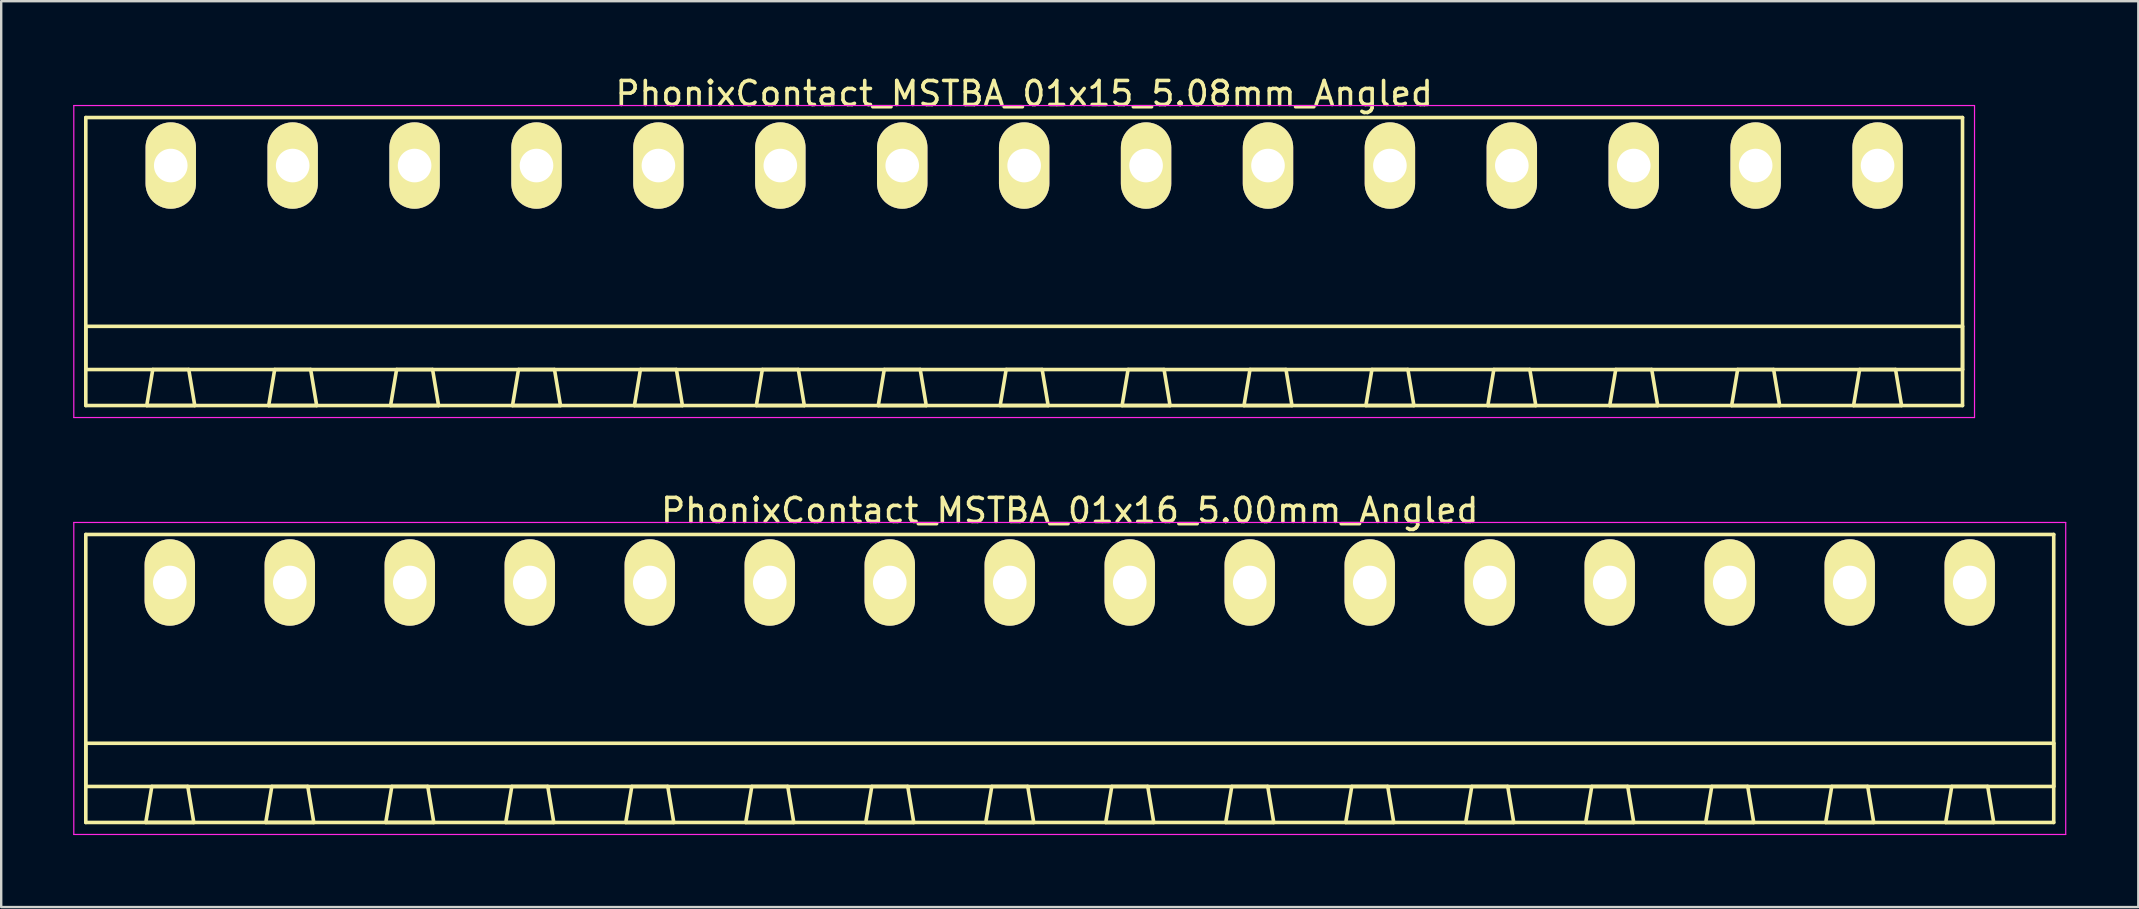
<source format=kicad_pcb>
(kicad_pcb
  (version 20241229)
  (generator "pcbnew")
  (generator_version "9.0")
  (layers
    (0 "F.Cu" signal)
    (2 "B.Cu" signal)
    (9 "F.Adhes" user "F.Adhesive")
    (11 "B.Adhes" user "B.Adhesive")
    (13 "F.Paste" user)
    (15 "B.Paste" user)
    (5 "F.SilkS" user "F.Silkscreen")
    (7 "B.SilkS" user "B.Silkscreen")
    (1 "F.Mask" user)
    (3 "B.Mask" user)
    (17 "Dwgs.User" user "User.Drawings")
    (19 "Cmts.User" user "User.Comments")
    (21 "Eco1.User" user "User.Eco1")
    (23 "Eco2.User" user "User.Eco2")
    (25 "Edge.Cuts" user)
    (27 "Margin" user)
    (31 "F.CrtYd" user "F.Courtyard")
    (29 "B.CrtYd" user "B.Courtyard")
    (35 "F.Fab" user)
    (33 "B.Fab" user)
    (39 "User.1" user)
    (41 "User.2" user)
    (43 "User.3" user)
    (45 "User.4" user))
  (footprint "PhonixContact_MSTBA_01x15_5.08mm_Angled"
    (layer "F.Cu")
    (at 4.065 3.848)
    (property "Reference" "PhonixContact_MSTBA_01x15_5.08mm_Angled" (at 35.56 -3 0) (layer "F.SilkS") (effects (font (size 1 1) (thickness 0.15))))
    (attr through_hole)
    (fp_line (start -3.54 -2) (end -3.54 10) (stroke (width 0.15) (type solid)) (layer "F.SilkS"))
    (fp_line (start -3.54 6.7) (end 74.66 6.7) (stroke (width 0.15) (type solid)) (layer "F.SilkS"))
    (fp_line (start -3.54 8.5) (end -3.54 6.7) (stroke (width 0.15) (type solid)) (layer "F.SilkS"))
    (fp_line (start -3.54 10) (end 74.66 10) (stroke (width 0.15) (type solid)) (layer "F.SilkS"))
    (fp_line (start -1 10) (end 1 10) (stroke (width 0.15) (type solid)) (layer "F.SilkS"))
    (fp_line (start -0.75 8.5) (end -1 10) (stroke (width 0.15) (type solid)) (layer "F.SilkS"))
    (fp_line (start 0.75 8.5) (end -0.75 8.5) (stroke (width 0.15) (type solid)) (layer "F.SilkS"))
    (fp_line (start 1 10) (end 0.75 8.5) (stroke (width 0.15) (type solid)) (layer "F.SilkS"))
    (fp_line (start 4.08 10) (end 6.08 10) (stroke (width 0.15) (type solid)) (layer "F.SilkS"))
    (fp_line (start 4.33 8.5) (end 4.08 10) (stroke (width 0.15) (type solid)) (layer "F.SilkS"))
    (fp_line (start 5.83 8.5) (end 4.33 8.5) (stroke (width 0.15) (type solid)) (layer "F.SilkS"))
    (fp_line (start 6.08 10) (end 5.83 8.5) (stroke (width 0.15) (type solid)) (layer "F.SilkS"))
    (fp_line (start 9.16 10) (end 11.16 10) (stroke (width 0.15) (type solid)) (layer "F.SilkS"))
    (fp_line (start 9.41 8.5) (end 9.16 10) (stroke (width 0.15) (type solid)) (layer "F.SilkS"))
    (fp_line (start 10.91 8.5) (end 9.41 8.5) (stroke (width 0.15) (type solid)) (layer "F.SilkS"))
    (fp_line (start 11.16 10) (end 10.91 8.5) (stroke (width 0.15) (type solid)) (layer "F.SilkS"))
    (fp_line (start 14.24 10) (end 16.24 10) (stroke (width 0.15) (type solid)) (layer "F.SilkS"))
    (fp_line (start 14.49 8.5) (end 14.24 10) (stroke (width 0.15) (type solid)) (layer "F.SilkS"))
    (fp_line (start 15.99 8.5) (end 14.49 8.5) (stroke (width 0.15) (type solid)) (layer "F.SilkS"))
    (fp_line (start 16.24 10) (end 15.99 8.5) (stroke (width 0.15) (type solid)) (layer "F.SilkS"))
    (fp_line (start 19.32 10) (end 21.32 10) (stroke (width 0.15) (type solid)) (layer "F.SilkS"))
    (fp_line (start 19.57 8.5) (end 19.32 10) (stroke (width 0.15) (type solid)) (layer "F.SilkS"))
    (fp_line (start 21.07 8.5) (end 19.57 8.5) (stroke (width 0.15) (type solid)) (layer "F.SilkS"))
    (fp_line (start 21.32 10) (end 21.07 8.5) (stroke (width 0.15) (type solid)) (layer "F.SilkS"))
    (fp_line (start 24.4 10) (end 26.4 10) (stroke (width 0.15) (type solid)) (layer "F.SilkS"))
    (fp_line (start 24.65 8.5) (end 24.4 10) (stroke (width 0.15) (type solid)) (layer "F.SilkS"))
    (fp_line (start 26.15 8.5) (end 24.65 8.5) (stroke (width 0.15) (type solid)) (layer "F.SilkS"))
    (fp_line (start 26.4 10) (end 26.15 8.5) (stroke (width 0.15) (type solid)) (layer "F.SilkS"))
    (fp_line (start 29.48 10) (end 31.48 10) (stroke (width 0.15) (type solid)) (layer "F.SilkS"))
    (fp_line (start 29.73 8.5) (end 29.48 10) (stroke (width 0.15) (type solid)) (layer "F.SilkS"))
    (fp_line (start 31.23 8.5) (end 29.73 8.5) (stroke (width 0.15) (type solid)) (layer "F.SilkS"))
    (fp_line (start 31.48 10) (end 31.23 8.5) (stroke (width 0.15) (type solid)) (layer "F.SilkS"))
    (fp_line (start 34.56 10) (end 36.56 10) (stroke (width 0.15) (type solid)) (layer "F.SilkS"))
    (fp_line (start 34.81 8.5) (end 34.56 10) (stroke (width 0.15) (type solid)) (layer "F.SilkS"))
    (fp_line (start 36.31 8.5) (end 34.81 8.5) (stroke (width 0.15) (type solid)) (layer "F.SilkS"))
    (fp_line (start 36.56 10) (end 36.31 8.5) (stroke (width 0.15) (type solid)) (layer "F.SilkS"))
    (fp_line (start 39.64 10) (end 41.64 10) (stroke (width 0.15) (type solid)) (layer "F.SilkS"))
    (fp_line (start 39.89 8.5) (end 39.64 10) (stroke (width 0.15) (type solid)) (layer "F.SilkS"))
    (fp_line (start 41.39 8.5) (end 39.89 8.5) (stroke (width 0.15) (type solid)) (layer "F.SilkS"))
    (fp_line (start 41.64 10) (end 41.39 8.5) (stroke (width 0.15) (type solid)) (layer "F.SilkS"))
    (fp_line (start 44.72 10) (end 46.72 10) (stroke (width 0.15) (type solid)) (layer "F.SilkS"))
    (fp_line (start 44.97 8.5) (end 44.72 10) (stroke (width 0.15) (type solid)) (layer "F.SilkS"))
    (fp_line (start 46.47 8.5) (end 44.97 8.5) (stroke (width 0.15) (type solid)) (layer "F.SilkS"))
    (fp_line (start 46.72 10) (end 46.47 8.5) (stroke (width 0.15) (type solid)) (layer "F.SilkS"))
    (fp_line (start 49.8 10) (end 51.8 10) (stroke (width 0.15) (type solid)) (layer "F.SilkS"))
    (fp_line (start 50.05 8.5) (end 49.8 10) (stroke (width 0.15) (type solid)) (layer "F.SilkS"))
    (fp_line (start 51.55 8.5) (end 50.05 8.5) (stroke (width 0.15) (type solid)) (layer "F.SilkS"))
    (fp_line (start 51.8 10) (end 51.55 8.5) (stroke (width 0.15) (type solid)) (layer "F.SilkS"))
    (fp_line (start 54.88 10) (end 56.88 10) (stroke (width 0.15) (type solid)) (layer "F.SilkS"))
    (fp_line (start 55.13 8.5) (end 54.88 10) (stroke (width 0.15) (type solid)) (layer "F.SilkS"))
    (fp_line (start 56.63 8.5) (end 55.13 8.5) (stroke (width 0.15) (type solid)) (layer "F.SilkS"))
    (fp_line (start 56.88 10) (end 56.63 8.5) (stroke (width 0.15) (type solid)) (layer "F.SilkS"))
    (fp_line (start 59.96 10) (end 61.96 10) (stroke (width 0.15) (type solid)) (layer "F.SilkS"))
    (fp_line (start 60.21 8.5) (end 59.96 10) (stroke (width 0.15) (type solid)) (layer "F.SilkS"))
    (fp_line (start 61.71 8.5) (end 60.21 8.5) (stroke (width 0.15) (type solid)) (layer "F.SilkS"))
    (fp_line (start 61.96 10) (end 61.71 8.5) (stroke (width 0.15) (type solid)) (layer "F.SilkS"))
    (fp_line (start 65.04 10) (end 67.04 10) (stroke (width 0.15) (type solid)) (layer "F.SilkS"))
    (fp_line (start 65.29 8.5) (end 65.04 10) (stroke (width 0.15) (type solid)) (layer "F.SilkS"))
    (fp_line (start 66.79 8.5) (end 65.29 8.5) (stroke (width 0.15) (type solid)) (layer "F.SilkS"))
    (fp_line (start 67.04 10) (end 66.79 8.5) (stroke (width 0.15) (type solid)) (layer "F.SilkS"))
    (fp_line (start 70.12 10) (end 72.12 10) (stroke (width 0.15) (type solid)) (layer "F.SilkS"))
    (fp_line (start 70.37 8.5) (end 70.12 10) (stroke (width 0.15) (type solid)) (layer "F.SilkS"))
    (fp_line (start 71.87 8.5) (end 70.37 8.5) (stroke (width 0.15) (type solid)) (layer "F.SilkS"))
    (fp_line (start 72.12 10) (end 71.87 8.5) (stroke (width 0.15) (type solid)) (layer "F.SilkS"))
    (fp_line (start 74.66 -2) (end -3.54 -2) (stroke (width 0.15) (type solid)) (layer "F.SilkS"))
    (fp_line (start 74.66 6.7) (end 74.66 8.5) (stroke (width 0.15) (type solid)) (layer "F.SilkS"))
    (fp_line (start 74.66 8.5) (end -3.54 8.5) (stroke (width 0.15) (type solid)) (layer "F.SilkS"))
    (fp_line (start 74.66 10) (end 74.66 -2) (stroke (width 0.15) (type solid)) (layer "F.SilkS"))
    (fp_line (start -4.04 -2.5) (end -4.04 10.5) (stroke (width 0.05) (type solid)) (layer "F.CrtYd"))
    (fp_line (start -4.04 10.5) (end 75.16 10.5) (stroke (width 0.05) (type solid)) (layer "F.CrtYd"))
    (fp_line (start 75.16 -2.5) (end -4.04 -2.5) (stroke (width 0.05) (type solid)) (layer "F.CrtYd"))
    (fp_line (start 75.16 10.5) (end 75.16 -2.5) (stroke (width 0.05) (type solid)) (layer "F.CrtYd"))
    (pad "1" thru_hole oval (at 0 0) (size 2.1 3.6) (drill 1.4) (layers "*.Cu" "*.Mask" "F.SilkS"))
    (pad "2" thru_hole oval (at 5.08 0) (size 2.1 3.6) (drill 1.4) (layers "*.Cu" "*.Mask" "F.SilkS"))
    (pad "3" thru_hole oval (at 10.16 0) (size 2.1 3.6) (drill 1.4) (layers "*.Cu" "*.Mask" "F.SilkS"))
    (pad "4" thru_hole oval (at 15.24 0) (size 2.1 3.6) (drill 1.4) (layers "*.Cu" "*.Mask" "F.SilkS"))
    (pad "5" thru_hole oval (at 20.32 0) (size 2.1 3.6) (drill 1.4) (layers "*.Cu" "*.Mask" "F.SilkS"))
    (pad "6" thru_hole oval (at 25.4 0) (size 2.1 3.6) (drill 1.4) (layers "*.Cu" "*.Mask" "F.SilkS"))
    (pad "7" thru_hole oval (at 30.48 0) (size 2.1 3.6) (drill 1.4) (layers "*.Cu" "*.Mask" "F.SilkS"))
    (pad "8" thru_hole oval (at 35.56 0) (size 2.1 3.6) (drill 1.4) (layers "*.Cu" "*.Mask" "F.SilkS"))
    (pad "9" thru_hole oval (at 40.64 0) (size 2.1 3.6) (drill 1.4) (layers "*.Cu" "*.Mask" "F.SilkS"))
    (pad "10" thru_hole oval (at 45.72 0) (size 2.1 3.6) (drill 1.4) (layers "*.Cu" "*.Mask" "F.SilkS"))
    (pad "11" thru_hole oval (at 50.8 0) (size 2.1 3.6) (drill 1.4) (layers "*.Cu" "*.Mask" "F.SilkS"))
    (pad "12" thru_hole oval (at 55.88 0) (size 2.1 3.6) (drill 1.4) (layers "*.Cu" "*.Mask" "F.SilkS"))
    (pad "13" thru_hole oval (at 60.96 0) (size 2.1 3.6) (drill 1.4) (layers "*.Cu" "*.Mask" "F.SilkS"))
    (pad "14" thru_hole oval (at 66.04 0) (size 2.1 3.6) (drill 1.4) (layers "*.Cu" "*.Mask" "F.SilkS"))
    (pad "15" thru_hole oval (at 71.12 0) (size 2.1 3.6) (drill 1.4) (layers "*.Cu" "*.Mask" "F.SilkS")))
  (footprint "PhonixContact_MSTBA_01x16_5.00mm_Angled"
    (layer "F.Cu")
    (at 4.025 21.221)
    (property "Reference" "PhonixContact_MSTBA_01x16_5.00mm_Angled" (at 37.5 -3 0) (layer "F.SilkS") (effects (font (size 1 1) (thickness 0.15))))
    (attr through_hole)
    (fp_line (start -3.5 -2) (end -3.5 10) (stroke (width 0.15) (type solid)) (layer "F.SilkS"))
    (fp_line (start -3.5 6.7) (end 78.5 6.7) (stroke (width 0.15) (type solid)) (layer "F.SilkS"))
    (fp_line (start -3.5 8.5) (end -3.5 6.7) (stroke (width 0.15) (type solid)) (layer "F.SilkS"))
    (fp_line (start -3.5 10) (end 78.5 10) (stroke (width 0.15) (type solid)) (layer "F.SilkS"))
    (fp_line (start -1 10) (end 1 10) (stroke (width 0.15) (type solid)) (layer "F.SilkS"))
    (fp_line (start -0.75 8.5) (end -1 10) (stroke (width 0.15) (type solid)) (layer "F.SilkS"))
    (fp_line (start 0.75 8.5) (end -0.75 8.5) (stroke (width 0.15) (type solid)) (layer "F.SilkS"))
    (fp_line (start 1 10) (end 0.75 8.5) (stroke (width 0.15) (type solid)) (layer "F.SilkS"))
    (fp_line (start 4 10) (end 6 10) (stroke (width 0.15) (type solid)) (layer "F.SilkS"))
    (fp_line (start 4.25 8.5) (end 4 10) (stroke (width 0.15) (type solid)) (layer "F.SilkS"))
    (fp_line (start 5.75 8.5) (end 4.25 8.5) (stroke (width 0.15) (type solid)) (layer "F.SilkS"))
    (fp_line (start 6 10) (end 5.75 8.5) (stroke (width 0.15) (type solid)) (layer "F.SilkS"))
    (fp_line (start 9 10) (end 11 10) (stroke (width 0.15) (type solid)) (layer "F.SilkS"))
    (fp_line (start 9.25 8.5) (end 9 10) (stroke (width 0.15) (type solid)) (layer "F.SilkS"))
    (fp_line (start 10.75 8.5) (end 9.25 8.5) (stroke (width 0.15) (type solid)) (layer "F.SilkS"))
    (fp_line (start 11 10) (end 10.75 8.5) (stroke (width 0.15) (type solid)) (layer "F.SilkS"))
    (fp_line (start 14 10) (end 16 10) (stroke (width 0.15) (type solid)) (layer "F.SilkS"))
    (fp_line (start 14.25 8.5) (end 14 10) (stroke (width 0.15) (type solid)) (layer "F.SilkS"))
    (fp_line (start 15.75 8.5) (end 14.25 8.5) (stroke (width 0.15) (type solid)) (layer "F.SilkS"))
    (fp_line (start 16 10) (end 15.75 8.5) (stroke (width 0.15) (type solid)) (layer "F.SilkS"))
    (fp_line (start 19 10) (end 21 10) (stroke (width 0.15) (type solid)) (layer "F.SilkS"))
    (fp_line (start 19.25 8.5) (end 19 10) (stroke (width 0.15) (type solid)) (layer "F.SilkS"))
    (fp_line (start 20.75 8.5) (end 19.25 8.5) (stroke (width 0.15) (type solid)) (layer "F.SilkS"))
    (fp_line (start 21 10) (end 20.75 8.5) (stroke (width 0.15) (type solid)) (layer "F.SilkS"))
    (fp_line (start 24 10) (end 26 10) (stroke (width 0.15) (type solid)) (layer "F.SilkS"))
    (fp_line (start 24.25 8.5) (end 24 10) (stroke (width 0.15) (type solid)) (layer "F.SilkS"))
    (fp_line (start 25.75 8.5) (end 24.25 8.5) (stroke (width 0.15) (type solid)) (layer "F.SilkS"))
    (fp_line (start 26 10) (end 25.75 8.5) (stroke (width 0.15) (type solid)) (layer "F.SilkS"))
    (fp_line (start 29 10) (end 31 10) (stroke (width 0.15) (type solid)) (layer "F.SilkS"))
    (fp_line (start 29.25 8.5) (end 29 10) (stroke (width 0.15) (type solid)) (layer "F.SilkS"))
    (fp_line (start 30.75 8.5) (end 29.25 8.5) (stroke (width 0.15) (type solid)) (layer "F.SilkS"))
    (fp_line (start 31 10) (end 30.75 8.5) (stroke (width 0.15) (type solid)) (layer "F.SilkS"))
    (fp_line (start 34 10) (end 36 10) (stroke (width 0.15) (type solid)) (layer "F.SilkS"))
    (fp_line (start 34.25 8.5) (end 34 10) (stroke (width 0.15) (type solid)) (layer "F.SilkS"))
    (fp_line (start 35.75 8.5) (end 34.25 8.5) (stroke (width 0.15) (type solid)) (layer "F.SilkS"))
    (fp_line (start 36 10) (end 35.75 8.5) (stroke (width 0.15) (type solid)) (layer "F.SilkS"))
    (fp_line (start 39 10) (end 41 10) (stroke (width 0.15) (type solid)) (layer "F.SilkS"))
    (fp_line (start 39.25 8.5) (end 39 10) (stroke (width 0.15) (type solid)) (layer "F.SilkS"))
    (fp_line (start 40.75 8.5) (end 39.25 8.5) (stroke (width 0.15) (type solid)) (layer "F.SilkS"))
    (fp_line (start 41 10) (end 40.75 8.5) (stroke (width 0.15) (type solid)) (layer "F.SilkS"))
    (fp_line (start 44 10) (end 46 10) (stroke (width 0.15) (type solid)) (layer "F.SilkS"))
    (fp_line (start 44.25 8.5) (end 44 10) (stroke (width 0.15) (type solid)) (layer "F.SilkS"))
    (fp_line (start 45.75 8.5) (end 44.25 8.5) (stroke (width 0.15) (type solid)) (layer "F.SilkS"))
    (fp_line (start 46 10) (end 45.75 8.5) (stroke (width 0.15) (type solid)) (layer "F.SilkS"))
    (fp_line (start 49 10) (end 51 10) (stroke (width 0.15) (type solid)) (layer "F.SilkS"))
    (fp_line (start 49.25 8.5) (end 49 10) (stroke (width 0.15) (type solid)) (layer "F.SilkS"))
    (fp_line (start 50.75 8.5) (end 49.25 8.5) (stroke (width 0.15) (type solid)) (layer "F.SilkS"))
    (fp_line (start 51 10) (end 50.75 8.5) (stroke (width 0.15) (type solid)) (layer "F.SilkS"))
    (fp_line (start 54 10) (end 56 10) (stroke (width 0.15) (type solid)) (layer "F.SilkS"))
    (fp_line (start 54.25 8.5) (end 54 10) (stroke (width 0.15) (type solid)) (layer "F.SilkS"))
    (fp_line (start 55.75 8.5) (end 54.25 8.5) (stroke (width 0.15) (type solid)) (layer "F.SilkS"))
    (fp_line (start 56 10) (end 55.75 8.5) (stroke (width 0.15) (type solid)) (layer "F.SilkS"))
    (fp_line (start 59 10) (end 61 10) (stroke (width 0.15) (type solid)) (layer "F.SilkS"))
    (fp_line (start 59.25 8.5) (end 59 10) (stroke (width 0.15) (type solid)) (layer "F.SilkS"))
    (fp_line (start 60.75 8.5) (end 59.25 8.5) (stroke (width 0.15) (type solid)) (layer "F.SilkS"))
    (fp_line (start 61 10) (end 60.75 8.5) (stroke (width 0.15) (type solid)) (layer "F.SilkS"))
    (fp_line (start 64 10) (end 66 10) (stroke (width 0.15) (type solid)) (layer "F.SilkS"))
    (fp_line (start 64.25 8.5) (end 64 10) (stroke (width 0.15) (type solid)) (layer "F.SilkS"))
    (fp_line (start 65.75 8.5) (end 64.25 8.5) (stroke (width 0.15) (type solid)) (layer "F.SilkS"))
    (fp_line (start 66 10) (end 65.75 8.5) (stroke (width 0.15) (type solid)) (layer "F.SilkS"))
    (fp_line (start 69 10) (end 71 10) (stroke (width 0.15) (type solid)) (layer "F.SilkS"))
    (fp_line (start 69.25 8.5) (end 69 10) (stroke (width 0.15) (type solid)) (layer "F.SilkS"))
    (fp_line (start 70.75 8.5) (end 69.25 8.5) (stroke (width 0.15) (type solid)) (layer "F.SilkS"))
    (fp_line (start 71 10) (end 70.75 8.5) (stroke (width 0.15) (type solid)) (layer "F.SilkS"))
    (fp_line (start 74 10) (end 76 10) (stroke (width 0.15) (type solid)) (layer "F.SilkS"))
    (fp_line (start 74.25 8.5) (end 74 10) (stroke (width 0.15) (type solid)) (layer "F.SilkS"))
    (fp_line (start 75.75 8.5) (end 74.25 8.5) (stroke (width 0.15) (type solid)) (layer "F.SilkS"))
    (fp_line (start 76 10) (end 75.75 8.5) (stroke (width 0.15) (type solid)) (layer "F.SilkS"))
    (fp_line (start 78.5 -2) (end -3.5 -2) (stroke (width 0.15) (type solid)) (layer "F.SilkS"))
    (fp_line (start 78.5 6.7) (end 78.5 8.5) (stroke (width 0.15) (type solid)) (layer "F.SilkS"))
    (fp_line (start 78.5 8.5) (end -3.5 8.5) (stroke (width 0.15) (type solid)) (layer "F.SilkS"))
    (fp_line (start 78.5 10) (end 78.5 -2) (stroke (width 0.15) (type solid)) (layer "F.SilkS"))
    (fp_line (start -4 -2.5) (end -4 10.5) (stroke (width 0.05) (type solid)) (layer "F.CrtYd"))
    (fp_line (start -4 10.5) (end 79 10.5) (stroke (width 0.05) (type solid)) (layer "F.CrtYd"))
    (fp_line (start 79 -2.5) (end -4 -2.5) (stroke (width 0.05) (type solid)) (layer "F.CrtYd"))
    (fp_line (start 79 10.5) (end 79 -2.5) (stroke (width 0.05) (type solid)) (layer "F.CrtYd"))
    (pad "1" thru_hole oval (at 0 0) (size 2.1 3.6) (drill 1.4) (layers "*.Cu" "*.Mask" "F.SilkS"))
    (pad "2" thru_hole oval (at 5 0) (size 2.1 3.6) (drill 1.4) (layers "*.Cu" "*.Mask" "F.SilkS"))
    (pad "3" thru_hole oval (at 10 0) (size 2.1 3.6) (drill 1.4) (layers "*.Cu" "*.Mask" "F.SilkS"))
    (pad "4" thru_hole oval (at 15 0) (size 2.1 3.6) (drill 1.4) (layers "*.Cu" "*.Mask" "F.SilkS"))
    (pad "5" thru_hole oval (at 20 0) (size 2.1 3.6) (drill 1.4) (layers "*.Cu" "*.Mask" "F.SilkS"))
    (pad "6" thru_hole oval (at 25 0) (size 2.1 3.6) (drill 1.4) (layers "*.Cu" "*.Mask" "F.SilkS"))
    (pad "7" thru_hole oval (at 30 0) (size 2.1 3.6) (drill 1.4) (layers "*.Cu" "*.Mask" "F.SilkS"))
    (pad "8" thru_hole oval (at 35 0) (size 2.1 3.6) (drill 1.4) (layers "*.Cu" "*.Mask" "F.SilkS"))
    (pad "9" thru_hole oval (at 40 0) (size 2.1 3.6) (drill 1.4) (layers "*.Cu" "*.Mask" "F.SilkS"))
    (pad "10" thru_hole oval (at 45 0) (size 2.1 3.6) (drill 1.4) (layers "*.Cu" "*.Mask" "F.SilkS"))
    (pad "11" thru_hole oval (at 50 0) (size 2.1 3.6) (drill 1.4) (layers "*.Cu" "*.Mask" "F.SilkS"))
    (pad "12" thru_hole oval (at 55 0) (size 2.1 3.6) (drill 1.4) (layers "*.Cu" "*.Mask" "F.SilkS"))
    (pad "13" thru_hole oval (at 60 0) (size 2.1 3.6) (drill 1.4) (layers "*.Cu" "*.Mask" "F.SilkS"))
    (pad "14" thru_hole oval (at 65 0) (size 2.1 3.6) (drill 1.4) (layers "*.Cu" "*.Mask" "F.SilkS"))
    (pad "15" thru_hole oval (at 70 0) (size 2.1 3.6) (drill 1.4) (layers "*.Cu" "*.Mask" "F.SilkS"))
    (pad "16" thru_hole oval (at 75 0) (size 2.1 3.6) (drill 1.4) (layers "*.Cu" "*.Mask" "F.SilkS")))
  (gr_rect
    (start -3 -3)
    (end 86.05 34.746)
    (stroke (width 0.1) (type default))
    (fill no)
    (layer "Edge.Cuts")))
</source>
